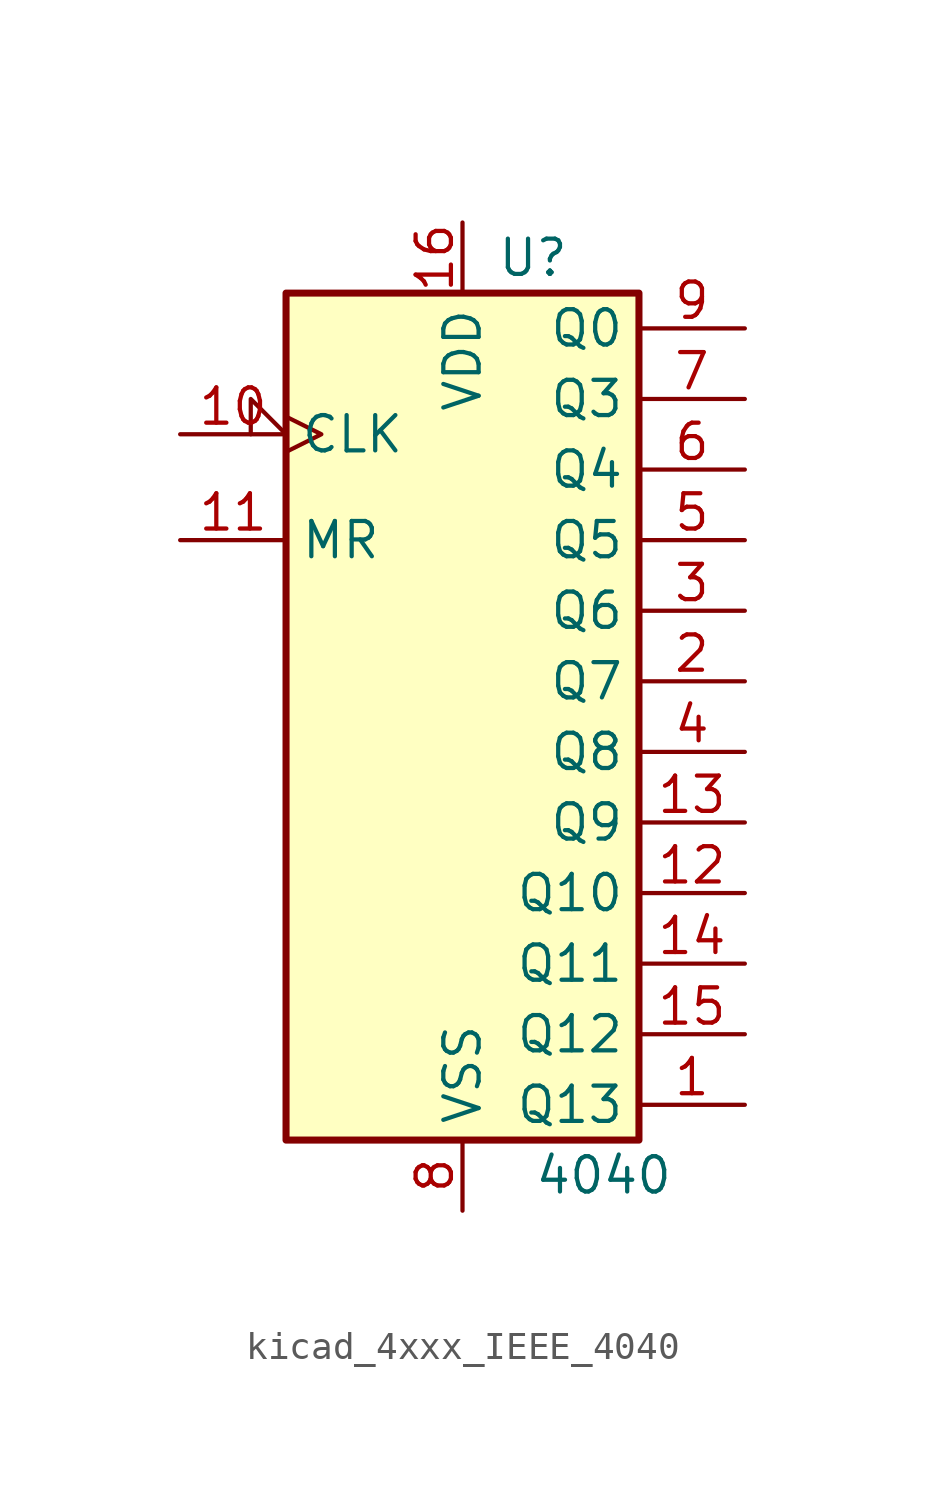
<source format=kicad_sym>
(kicad_symbol_lib
  (version 20220914)
  (generator kicad_symbol_editor)
  (symbol "kicad_4xxx_IEEE_4040"
    (property "Reference" "U"
      (at 2.54 16.51 0)
      (effects (font (size 1.27 1.27))))
    (property "Value" "4040"
      (at 5.08 -16.51 0)
      (effects (font (size 1.27 1.27))))
    (symbol "kicad_4xxx_IEEE_4040_0_0"
      (rectangle (start -6.35 15.24) (end 6.35 -15.24) (stroke (width 0.254) (type default)) (fill (type background)))
      (pin power_in line (at 0 17.78 270) (length 2.54) (name "VDD" (effects (font (size 1.27 1.27)))) (number "16" (effects (font (size 1.27 1.27)))))
      (pin power_in line (at 0 -17.78 90) (length 2.54) (name "VSS" (effects (font (size 1.27 1.27)))) (number "8" (effects (font (size 1.27 1.27))))))
    (symbol "kicad_4xxx_IEEE_4040_1_1"
      (pin output line (at 10.16 -13.97 180) (length 3.81) (name "Q13" (effects (font (size 1.27 1.27)))) (number "1" (effects (font (size 1.27 1.27)))))
      (pin input clock_low (at -10.16 10.16 0) (length 3.81) (name "CLK" (effects (font (size 1.27 1.27)))) (number "10" (effects (font (size 1.27 1.27)))))
      (pin input line (at -10.16 6.35 0) (length 3.81) (name "MR" (effects (font (size 1.27 1.27)))) (number "11" (effects (font (size 1.27 1.27)))))
      (pin output line (at 10.16 -6.35 180) (length 3.81) (name "Q10" (effects (font (size 1.27 1.27)))) (number "12" (effects (font (size 1.27 1.27)))))
      (pin output line (at 10.16 -3.81 180) (length 3.81) (name "Q9" (effects (font (size 1.27 1.27)))) (number "13" (effects (font (size 1.27 1.27)))))
      (pin output line (at 10.16 -8.89 180) (length 3.81) (name "Q11" (effects (font (size 1.27 1.27)))) (number "14" (effects (font (size 1.27 1.27)))))
      (pin output line (at 10.16 -11.43 180) (length 3.81) (name "Q12" (effects (font (size 1.27 1.27)))) (number "15" (effects (font (size 1.27 1.27)))))
      (pin output line (at 10.16 1.27 180) (length 3.81) (name "Q7" (effects (font (size 1.27 1.27)))) (number "2" (effects (font (size 1.27 1.27)))))
      (pin output line (at 10.16 3.81 180) (length 3.81) (name "Q6" (effects (font (size 1.27 1.27)))) (number "3" (effects (font (size 1.27 1.27)))))
      (pin output line (at 10.16 -1.27 180) (length 3.81) (name "Q8" (effects (font (size 1.27 1.27)))) (number "4" (effects (font (size 1.27 1.27)))))
      (pin output line (at 10.16 6.35 180) (length 3.81) (name "Q5" (effects (font (size 1.27 1.27)))) (number "5" (effects (font (size 1.27 1.27)))))
      (pin output line (at 10.16 8.89 180) (length 3.81) (name "Q4" (effects (font (size 1.27 1.27)))) (number "6" (effects (font (size 1.27 1.27)))))
      (pin output line (at 10.16 11.43 180) (length 3.81) (name "Q3" (effects (font (size 1.27 1.27)))) (number "7" (effects (font (size 1.27 1.27)))))
      (pin output line (at 10.16 13.97 180) (length 3.81) (name "Q0" (effects (font (size 1.27 1.27)))) (number "9" (effects (font (size 1.27 1.27))))))))
</source>
